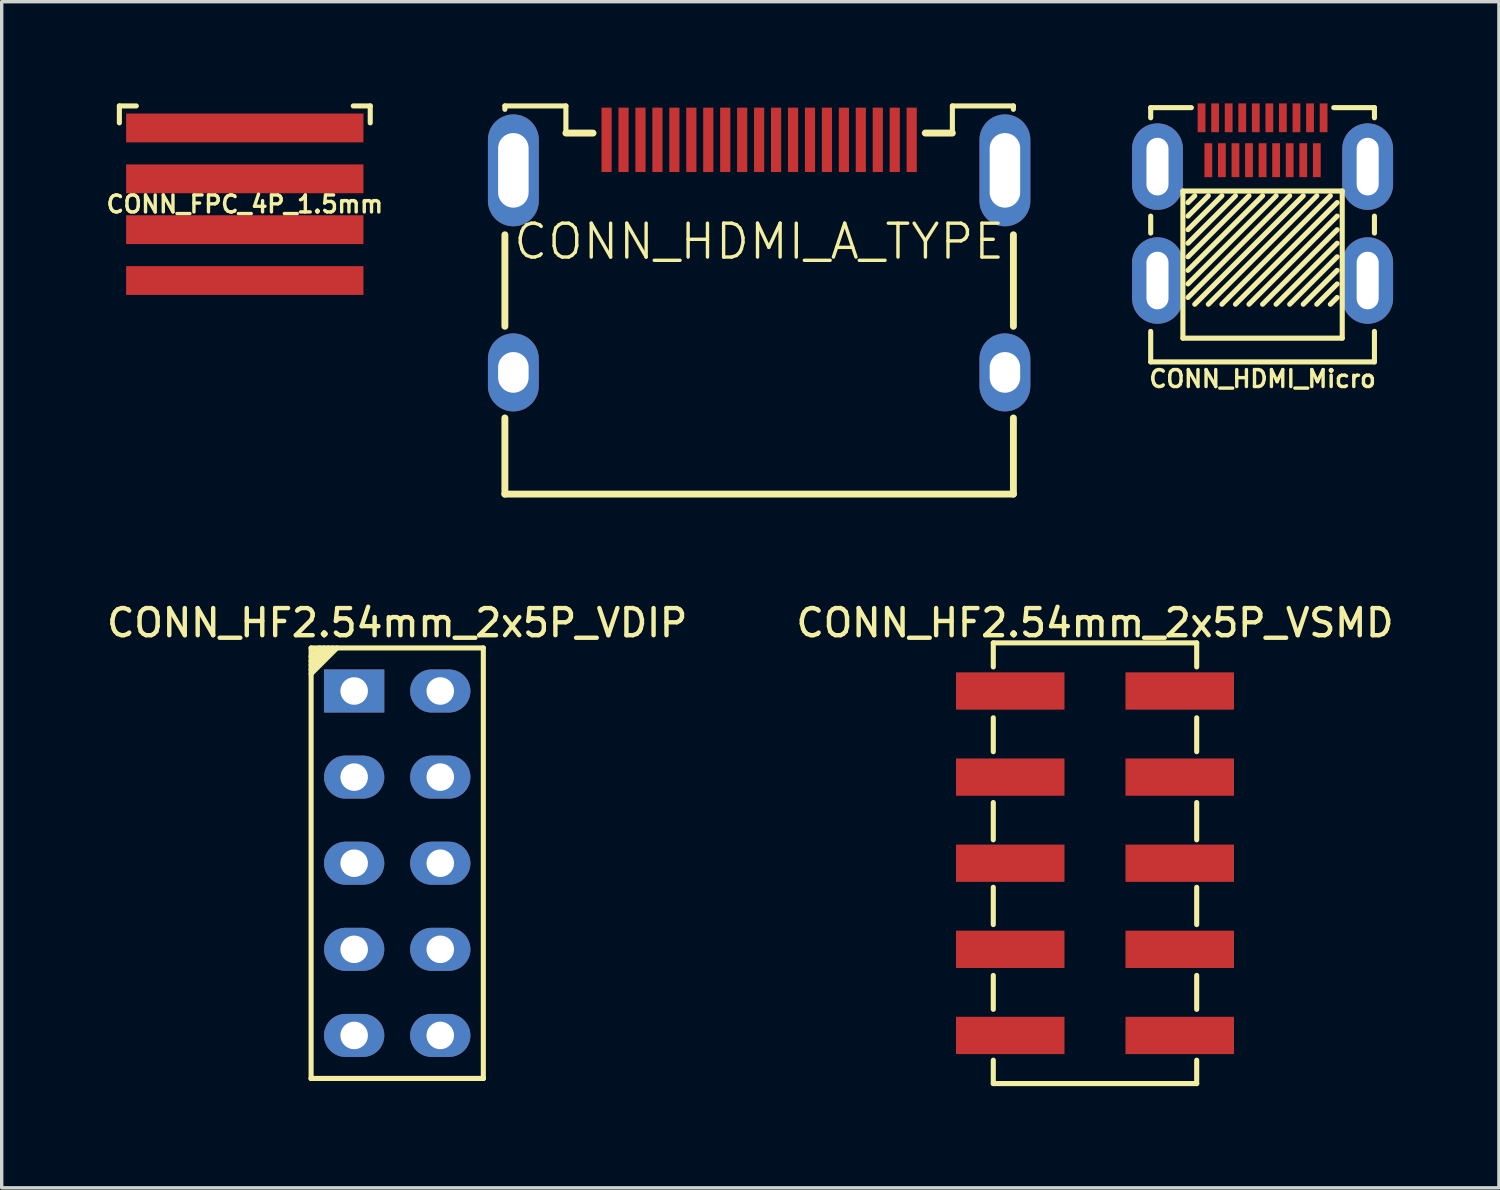
<source format=kicad_pcb>
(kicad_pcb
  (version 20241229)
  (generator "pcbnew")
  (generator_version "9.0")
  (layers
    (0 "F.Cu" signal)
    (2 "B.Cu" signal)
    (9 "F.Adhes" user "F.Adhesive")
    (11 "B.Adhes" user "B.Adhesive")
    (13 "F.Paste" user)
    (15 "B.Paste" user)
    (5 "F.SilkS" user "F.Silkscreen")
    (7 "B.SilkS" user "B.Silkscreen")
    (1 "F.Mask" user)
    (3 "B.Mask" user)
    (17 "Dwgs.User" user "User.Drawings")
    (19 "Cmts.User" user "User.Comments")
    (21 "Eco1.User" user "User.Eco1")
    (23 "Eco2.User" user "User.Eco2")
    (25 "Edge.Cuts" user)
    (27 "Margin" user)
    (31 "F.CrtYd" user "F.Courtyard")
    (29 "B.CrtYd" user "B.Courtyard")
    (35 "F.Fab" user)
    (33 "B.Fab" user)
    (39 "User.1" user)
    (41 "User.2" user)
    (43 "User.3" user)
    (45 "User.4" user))
  (footprint "CONN_HF2.54mm_2x5P_VDIP"
    (layer "F.Cu")
    (at 8.667 22.413)
    (property "Reference" "CONN_HF2.54mm_2x5P_VDIP" (at 0 -7.09 0) (layer "F.SilkS") (effects (font (size 0.8 0.8) (thickness 0.13))))
    (attr through_hole)
    (fp_line (start -2.54 -6.35) (end -2.54 6.35) (stroke (width 0.15) (type solid)) (layer "F.SilkS"))
    (fp_line (start -2.54 -6.35) (end 2.54 -6.35) (stroke (width 0.15) (type solid)) (layer "F.SilkS"))
    (fp_line (start -2.54 -5.588) (end -1.778 -6.35) (stroke (width 0.15) (type solid)) (layer "F.SilkS"))
    (fp_line (start -2.54 6.35) (end 2.54 6.35) (stroke (width 0.15) (type solid)) (layer "F.SilkS"))
    (fp_line (start -2.54 6.35) (end 2.54 6.35) (stroke (width 0.15) (type solid)) (layer "F.SilkS"))
    (fp_line (start -2.286 -6.35) (end -2.54 -6.096) (stroke (width 0.15) (type solid)) (layer "F.SilkS"))
    (fp_line (start -2.159 -6.35) (end -2.54 -5.969) (stroke (width 0.15) (type solid)) (layer "F.SilkS"))
    (fp_line (start -2.032 -6.35) (end -2.54 -5.842) (stroke (width 0.15) (type solid)) (layer "F.SilkS"))
    (fp_line (start -1.905 -6.35) (end -2.54 -5.715) (stroke (width 0.15) (type solid)) (layer "F.SilkS"))
    (fp_line (start 2.54 6.35) (end 2.54 -6.35) (stroke (width 0.15) (type solid)) (layer "F.SilkS"))
    (pad "1" thru_hole rect (at -1.27 -5.08 90) (size 1.27 1.778) (drill 0.813) (layers "*.Cu" "*.Mask"))
    (pad "2" thru_hole oval (at 1.27 -5.08 90) (size 1.27 1.778) (drill 0.813) (layers "*.Cu" "*.Mask"))
    (pad "3" thru_hole oval (at -1.27 -2.54 90) (size 1.27 1.778) (drill 0.813) (layers "*.Cu" "*.Mask"))
    (pad "4" thru_hole oval (at 1.27 -2.54 90) (size 1.27 1.778) (drill 0.813) (layers "*.Cu" "*.Mask"))
    (pad "5" thru_hole oval (at -1.27 0 90) (size 1.27 1.778) (drill 0.813) (layers "*.Cu" "*.Mask"))
    (pad "6" thru_hole oval (at 1.27 0 90) (size 1.27 1.778) (drill 0.813) (layers "*.Cu" "*.Mask"))
    (pad "7" thru_hole oval (at -1.27 2.54 90) (size 1.27 1.778) (drill 0.813) (layers "*.Cu" "*.Mask"))
    (pad "8" thru_hole oval (at 1.27 2.54 90) (size 1.27 1.778) (drill 0.813) (layers "*.Cu" "*.Mask"))
    (pad "9" thru_hole oval (at -1.27 5.08 90) (size 1.27 1.778) (drill 0.813) (layers "*.Cu" "*.Mask"))
    (pad "10" thru_hole oval (at 1.27 5.08 90) (size 1.27 1.778) (drill 0.813) (layers "*.Cu" "*.Mask")))
  (footprint "CONN_HF2.54mm_2x5P_VSMD"
    (layer "F.Cu")
    (at 29.25 22.413)
    (property "Reference" "CONN_HF2.54mm_2x5P_VSMD" (at 0 -7.09 0) (layer "F.SilkS") (effects (font (size 0.8 0.8) (thickness 0.13))))
    (attr through_hole)
    (fp_line (start -3 -6.5) (end 3 -6.5) (stroke (width 0.15) (type solid)) (layer "F.SilkS"))
    (fp_line (start -3 -5.79) (end -3 -6.5) (stroke (width 0.15) (type solid)) (layer "F.SilkS"))
    (fp_line (start -3 -3.29) (end -3 -4.29) (stroke (width 0.15) (type solid)) (layer "F.SilkS"))
    (fp_line (start -3 -0.69) (end -3 -1.79) (stroke (width 0.15) (type solid)) (layer "F.SilkS"))
    (fp_line (start -3 1.81) (end -3 0.71) (stroke (width 0.15) (type solid)) (layer "F.SilkS"))
    (fp_line (start -3 4.31) (end -3 3.31) (stroke (width 0.15) (type solid)) (layer "F.SilkS"))
    (fp_line (start -3 6.5) (end -3 5.81) (stroke (width 0.15) (type solid)) (layer "F.SilkS"))
    (fp_line (start -3 6.5) (end 3 6.5) (stroke (width 0.15) (type solid)) (layer "F.SilkS"))
    (fp_line (start 3 -6.5) (end 3 -5.79) (stroke (width 0.15) (type solid)) (layer "F.SilkS"))
    (fp_line (start 3 -3.29) (end 3 -4.29) (stroke (width 0.15) (type solid)) (layer "F.SilkS"))
    (fp_line (start 3 -0.69) (end 3 -1.79) (stroke (width 0.15) (type solid)) (layer "F.SilkS"))
    (fp_line (start 3 1.81) (end 3 0.71) (stroke (width 0.15) (type solid)) (layer "F.SilkS"))
    (fp_line (start 3 4.31) (end 3 3.31) (stroke (width 0.15) (type solid)) (layer "F.SilkS"))
    (fp_line (start 3 6.5) (end 3 5.81) (stroke (width 0.15) (type solid)) (layer "F.SilkS"))
    (pad "1" smd rect (at -2.5 -5.08 270) (size 1.1 3.2) (layers "F.Cu" "F.Mask" "F.Paste"))
    (pad "2" smd rect (at 2.5 -5.08 270) (size 1.1 3.2) (layers "F.Cu" "F.Mask" "F.Paste"))
    (pad "3" smd rect (at -2.5 -2.54 270) (size 1.1 3.2) (layers "F.Cu" "F.Mask" "F.Paste"))
    (pad "4" smd rect (at 2.5 -2.54 270) (size 1.1 3.2) (layers "F.Cu" "F.Mask" "F.Paste"))
    (pad "5" smd rect (at -2.5 0 270) (size 1.1 3.2) (layers "F.Cu" "F.Mask" "F.Paste"))
    (pad "6" smd rect (at 2.5 0 270) (size 1.1 3.2) (layers "F.Cu" "F.Mask" "F.Paste"))
    (pad "7" smd rect (at -2.5 2.54 270) (size 1.1 3.2) (layers "F.Cu" "F.Mask" "F.Paste"))
    (pad "8" smd rect (at 2.5 2.54 270) (size 1.1 3.2) (layers "F.Cu" "F.Mask" "F.Paste"))
    (pad "9" smd rect (at -2.5 5.08 270) (size 1.1 3.2) (layers "F.Cu" "F.Mask" "F.Paste"))
    (pad "10" smd rect (at 2.5 5.08 270) (size 1.1 3.2) (layers "F.Cu" "F.Mask" "F.Paste")))
  (footprint "CONN_HDMI_Micro"
    (layer "F.Cu")
    (at 34.193 6.925)
    (property "Reference" "CONN_HDMI_Micro" (at 0 1.2 0) (layer "F.SilkS") (effects (font (size 0.5 0.5) (thickness 0.1))))
    (attr through_hole)
    (fp_line (start -3.3 -6.8) (end -2.1 -6.8) (stroke (width 0.15) (type solid)) (layer "F.SilkS"))
    (fp_line (start -3.3 -6.5) (end -3.3 -6.8) (stroke (width 0.15) (type solid)) (layer "F.SilkS"))
    (fp_line (start -3.3 -3.6) (end -3.3 -3.1) (stroke (width 0.15) (type solid)) (layer "F.SilkS"))
    (fp_line (start -3.3 0.7) (end -3.3 -0.2) (stroke (width 0.15) (type solid)) (layer "F.SilkS"))
    (fp_line (start -3.3 0.7) (end 3.3 0.7) (stroke (width 0.15) (type solid)) (layer "F.SilkS"))
    (fp_line (start -2.35 -4.34) (end -2.35 0) (stroke (width 0.15) (type solid)) (layer "F.SilkS"))
    (fp_line (start -2.35 0) (end 2.35 0) (stroke (width 0.15) (type solid)) (layer "F.SilkS"))
    (fp_line (start -2.2 -4) (end -2 -4.2) (stroke (width 0.15) (type solid)) (layer "F.SilkS"))
    (fp_line (start -2.2 -3.6) (end -1.6 -4.2) (stroke (width 0.15) (type solid)) (layer "F.SilkS"))
    (fp_line (start -2.2 -3.2) (end -1.2 -4.2) (stroke (width 0.15) (type solid)) (layer "F.SilkS"))
    (fp_line (start -2.2 -2.8) (end -0.8 -4.2) (stroke (width 0.15) (type solid)) (layer "F.SilkS"))
    (fp_line (start -2.2 -2.4) (end -0.4 -4.2) (stroke (width 0.15) (type solid)) (layer "F.SilkS"))
    (fp_line (start -2.2 -2) (end 0 -4.2) (stroke (width 0.15) (type solid)) (layer "F.SilkS"))
    (fp_line (start -2.2 -1.6) (end 0.4 -4.2) (stroke (width 0.15) (type solid)) (layer "F.SilkS"))
    (fp_line (start -2.2 -1.2) (end 0.8 -4.2) (stroke (width 0.15) (type solid)) (layer "F.SilkS"))
    (fp_line (start -2 -1) (end 1.2 -4.2) (stroke (width 0.15) (type solid)) (layer "F.SilkS"))
    (fp_line (start -1.6 -1) (end 1.6 -4.2) (stroke (width 0.15) (type solid)) (layer "F.SilkS"))
    (fp_line (start -1.2 -1) (end 2 -4.2) (stroke (width 0.15) (type solid)) (layer "F.SilkS"))
    (fp_line (start -0.8 -1) (end 2.2 -4) (stroke (width 0.15) (type solid)) (layer "F.SilkS"))
    (fp_line (start -0.4 -1) (end 2.2 -3.6) (stroke (width 0.15) (type solid)) (layer "F.SilkS"))
    (fp_line (start 0 -1) (end 2.2 -3.2) (stroke (width 0.15) (type solid)) (layer "F.SilkS"))
    (fp_line (start 0.4 -1) (end 2.2 -2.8) (stroke (width 0.15) (type solid)) (layer "F.SilkS"))
    (fp_line (start 1.2 -1) (end 2.2 -2) (stroke (width 0.15) (type solid)) (layer "F.SilkS"))
    (fp_line (start 2.1 -6.8) (end 3.3 -6.8) (stroke (width 0.15) (type solid)) (layer "F.SilkS"))
    (fp_line (start 2.2 -2.4) (end 0.8 -1) (stroke (width 0.15) (type solid)) (layer "F.SilkS"))
    (fp_line (start 2.2 -1.6) (end 1.6 -1) (stroke (width 0.15) (type solid)) (layer "F.SilkS"))
    (fp_line (start 2.2 -1.2) (end 2 -1) (stroke (width 0.15) (type solid)) (layer "F.SilkS"))
    (fp_line (start 2.35 -4.34) (end -2.35 -4.34) (stroke (width 0.15) (type solid)) (layer "F.SilkS"))
    (fp_line (start 2.35 0) (end 2.35 -4.34) (stroke (width 0.15) (type solid)) (layer "F.SilkS"))
    (fp_line (start 3.3 -6.8) (end 3.3 -6.5) (stroke (width 0.15) (type solid)) (layer "F.SilkS"))
    (fp_line (start 3.3 -3.1) (end 3.3 -3.6) (stroke (width 0.15) (type solid)) (layer "F.SilkS"))
    (fp_line (start 3.3 0.7) (end 3.3 -0.2) (stroke (width 0.15) (type solid)) (layer "F.SilkS"))
    (pad "0" thru_hole oval (at -3.1 -5.06) (size 1.5 2.55) (drill oval 0.65 1.7) (layers "*.Cu" "*.Mask"))
    (pad "0" thru_hole oval (at -3.1 -1.7) (size 1.5 2.55) (drill oval 0.65 1.7) (layers "*.Cu" "*.Mask"))
    (pad "0" thru_hole oval (at 3.1 -5.06) (size 1.5 2.55) (drill oval 0.65 1.7) (layers "*.Cu" "*.Mask"))
    (pad "0" thru_hole oval (at 3.1 -1.7) (size 1.5 2.55) (drill oval 0.65 1.7) (layers "*.Cu" "*.Mask"))
    (pad "1" smd rect (at 1.8 -6.5) (size 0.23 0.85) (layers "F.Cu" "F.Mask" "F.Paste"))
    (pad "2" smd rect (at 1.6 -5.25) (size 0.23 1) (layers "F.Cu" "F.Mask" "F.Paste"))
    (pad "3" smd rect (at 1.4 -6.5) (size 0.23 0.85) (layers "F.Cu" "F.Mask" "F.Paste"))
    (pad "4" smd rect (at 1.2 -5.25) (size 0.23 1) (layers "F.Cu" "F.Mask" "F.Paste"))
    (pad "5" smd rect (at 1 -6.5) (size 0.23 0.85) (layers "F.Cu" "F.Mask" "F.Paste"))
    (pad "6" smd rect (at 0.8 -5.25) (size 0.23 1) (layers "F.Cu" "F.Mask" "F.Paste"))
    (pad "7" smd rect (at 0.6 -6.5) (size 0.23 0.85) (layers "F.Cu" "F.Mask" "F.Paste"))
    (pad "8" smd rect (at 0.4 -5.25) (size 0.23 1) (layers "F.Cu" "F.Mask" "F.Paste"))
    (pad "9" smd rect (at 0.2 -6.5) (size 0.23 0.85) (layers "F.Cu" "F.Mask" "F.Paste"))
    (pad "10" smd rect (at 0 -5.25) (size 0.23 1) (layers "F.Cu" "F.Mask" "F.Paste"))
    (pad "11" smd rect (at -0.2 -6.5) (size 0.23 0.85) (layers "F.Cu" "F.Mask" "F.Paste"))
    (pad "12" smd rect (at -0.4 -5.25) (size 0.23 1) (layers "F.Cu" "F.Mask" "F.Paste"))
    (pad "13" smd rect (at -0.6 -6.5) (size 0.23 0.85) (layers "F.Cu" "F.Mask" "F.Paste"))
    (pad "14" smd rect (at -0.8 -5.25) (size 0.23 1) (layers "F.Cu" "F.Mask" "F.Paste"))
    (pad "15" smd rect (at -1 -6.5) (size 0.23 0.85) (layers "F.Cu" "F.Mask" "F.Paste"))
    (pad "16" smd rect (at -1.2 -5.25) (size 0.23 1) (layers "F.Cu" "F.Mask" "F.Paste"))
    (pad "17" smd rect (at -1.4 -6.5) (size 0.23 0.85) (layers "F.Cu" "F.Mask" "F.Paste"))
    (pad "18" smd rect (at -1.6 -5.25) (size 0.23 1) (layers "F.Cu" "F.Mask" "F.Paste"))
    (pad "19" smd rect (at -1.8 -6.5) (size 0.23 0.85) (layers "F.Cu" "F.Mask" "F.Paste")))
  (footprint "CONN_FPC_4P_1.5mm"
    (layer "F.Cu")
    (at 4.171 2.975)
    (property "Reference" "CONN_FPC_4P_1.5mm" (at 0 0 0) (layer "F.SilkS") (effects (font (size 0.5 0.5) (thickness 0.1))))
    (attr through_hole)
    (fp_line (start -3.7 -2.9) (end -3.7 -2.4) (stroke (width 0.15) (type solid)) (layer "F.SilkS"))
    (fp_line (start -3.7 -2.9) (end -3.2 -2.9) (stroke (width 0.15) (type solid)) (layer "F.SilkS"))
    (fp_line (start 3.7 -2.9) (end 3.2 -2.9) (stroke (width 0.15) (type solid)) (layer "F.SilkS"))
    (fp_line (start 3.7 -2.9) (end 3.7 -2.4) (stroke (width 0.15) (type solid)) (layer "F.SilkS"))
    (pad "1" smd rect (at 0 -2.25) (size 7 0.85) (layers "F.Cu" "F.Mask" "F.Paste"))
    (pad "2" smd rect (at 0 -0.75) (size 7 0.85) (layers "F.Cu" "F.Mask" "F.Paste"))
    (pad "3" smd rect (at 0 0.75) (size 7 0.85) (layers "F.Cu" "F.Mask" "F.Paste"))
    (pad "4" smd rect (at 0 2.25) (size 7 0.85) (layers "F.Cu" "F.Mask" "F.Paste")))
  (footprint "CONN_HDMI_A_TYPE"
    (layer "F.Cu")
    (at 19.343 1.075)
    (property "Reference" "CONN_HDMI_A_TYPE" (at 0 3 0) (layer "F.SilkS") (effects (font (size 1 1) (thickness 0.1))))
    (attr through_hole)
    (fp_line (start -7.5 -1) (end -5.7 -1) (stroke (width 0.15) (type solid)) (layer "F.SilkS"))
    (fp_line (start -7.5 -0.9) (end -7.5 -1) (stroke (width 0.15) (type solid)) (layer "F.SilkS"))
    (fp_line (start -7.5 5.5) (end -7.5 2.8) (stroke (width 0.203) (type solid)) (layer "F.SilkS"))
    (fp_line (start -7.5 10.45) (end -7.5 8.203) (stroke (width 0.203) (type solid)) (layer "F.SilkS"))
    (fp_line (start -5.7 -1) (end -5.7 -0.2) (stroke (width 0.15) (type solid)) (layer "F.SilkS"))
    (fp_line (start -5.7 -0.2) (end -4.9 -0.2) (stroke (width 0.203) (type solid)) (layer "F.SilkS"))
    (fp_line (start 4.9 -0.2) (end 5.7 -0.2) (stroke (width 0.203) (type solid)) (layer "F.SilkS"))
    (fp_line (start 5.7 -1) (end 5.7 -0.2) (stroke (width 0.15) (type solid)) (layer "F.SilkS"))
    (fp_line (start 7.5 -1) (end 5.7 -1) (stroke (width 0.15) (type solid)) (layer "F.SilkS"))
    (fp_line (start 7.5 -0.9) (end 7.5 -1) (stroke (width 0.15) (type solid)) (layer "F.SilkS"))
    (fp_line (start 7.5 5.5) (end 7.5 2.8) (stroke (width 0.203) (type solid)) (layer "F.SilkS"))
    (fp_line (start 7.5 10.45) (end -7.5 10.45) (stroke (width 0.203) (type solid)) (layer "F.SilkS"))
    (fp_line (start 7.5 10.45) (end 7.5 8.204) (stroke (width 0.203) (type solid)) (layer "F.SilkS"))
    (pad "1" smd rect (at 4.5 0) (size 0.3 1.9) (layers "F.Cu" "F.Mask" "F.Paste"))
    (pad "2" smd rect (at 4 0) (size 0.3 1.9) (layers "F.Cu" "F.Mask" "F.Paste"))
    (pad "3" smd rect (at 3.5 0) (size 0.3 1.9) (layers "F.Cu" "F.Mask" "F.Paste"))
    (pad "4" smd rect (at 3 0) (size 0.3 1.9) (layers "F.Cu" "F.Mask" "F.Paste"))
    (pad "5" smd rect (at 2.5 0) (size 0.3 1.9) (layers "F.Cu" "F.Mask" "F.Paste"))
    (pad "6" smd rect (at 2 0) (size 0.3 1.9) (layers "F.Cu" "F.Mask" "F.Paste"))
    (pad "7" smd rect (at 1.5 0) (size 0.3 1.9) (layers "F.Cu" "F.Mask" "F.Paste"))
    (pad "8" smd rect (at 1 0) (size 0.3 1.9) (layers "F.Cu" "F.Mask" "F.Paste"))
    (pad "9" smd rect (at 0.5 0) (size 0.3 1.9) (layers "F.Cu" "F.Mask" "F.Paste"))
    (pad "10" smd rect (at 0 0) (size 0.3 1.9) (layers "F.Cu" "F.Mask" "F.Paste"))
    (pad "11" smd rect (at -0.5 0) (size 0.3 1.9) (layers "F.Cu" "F.Mask" "F.Paste"))
    (pad "12" smd rect (at -1 0) (size 0.3 1.9) (layers "F.Cu" "F.Mask" "F.Paste"))
    (pad "13" smd rect (at -1.5 0) (size 0.3 1.9) (layers "F.Cu" "F.Mask" "F.Paste"))
    (pad "14" smd rect (at -2 0) (size 0.3 1.9) (layers "F.Cu" "F.Mask" "F.Paste"))
    (pad "15" smd rect (at -2.5 0) (size 0.3 1.9) (layers "F.Cu" "F.Mask" "F.Paste"))
    (pad "16" smd rect (at -3 0) (size 0.3 1.9) (layers "F.Cu" "F.Mask" "F.Paste"))
    (pad "17" thru_hole oval (at -7.25 0.9) (size 1.5 3.3) (drill oval 0.9 2.2) (layers "*.Cu" "*.Mask"))
    (pad "17" thru_hole oval (at -7.25 6.86) (size 1.5 2.3) (drill oval 0.9 1.2) (layers "*.Cu" "*.Mask"))
    (pad "17" smd rect (at -3.5 0) (size 0.3 1.9) (layers "F.Cu" "F.Mask" "F.Paste"))
    (pad "17" thru_hole oval (at 7.25 0.9) (size 1.5 3.3) (drill oval 0.9 2.2) (layers "*.Cu" "*.Mask"))
    (pad "17" thru_hole oval (at 7.25 6.86) (size 1.5 2.3) (drill oval 0.9 1.2) (layers "*.Cu" "*.Mask"))
    (pad "18" smd rect (at -4 0) (size 0.3 1.9) (layers "F.Cu" "F.Mask" "F.Paste"))
    (pad "19" smd rect (at -4.5 0) (size 0.3 1.9) (layers "F.Cu" "F.Mask" "F.Paste")))
  (gr_rect
    (start -3 -3)
    (end 41.165 31.988)
    (stroke (width 0.1) (type default))
    (fill no)
    (layer "Edge.Cuts")))
</source>
